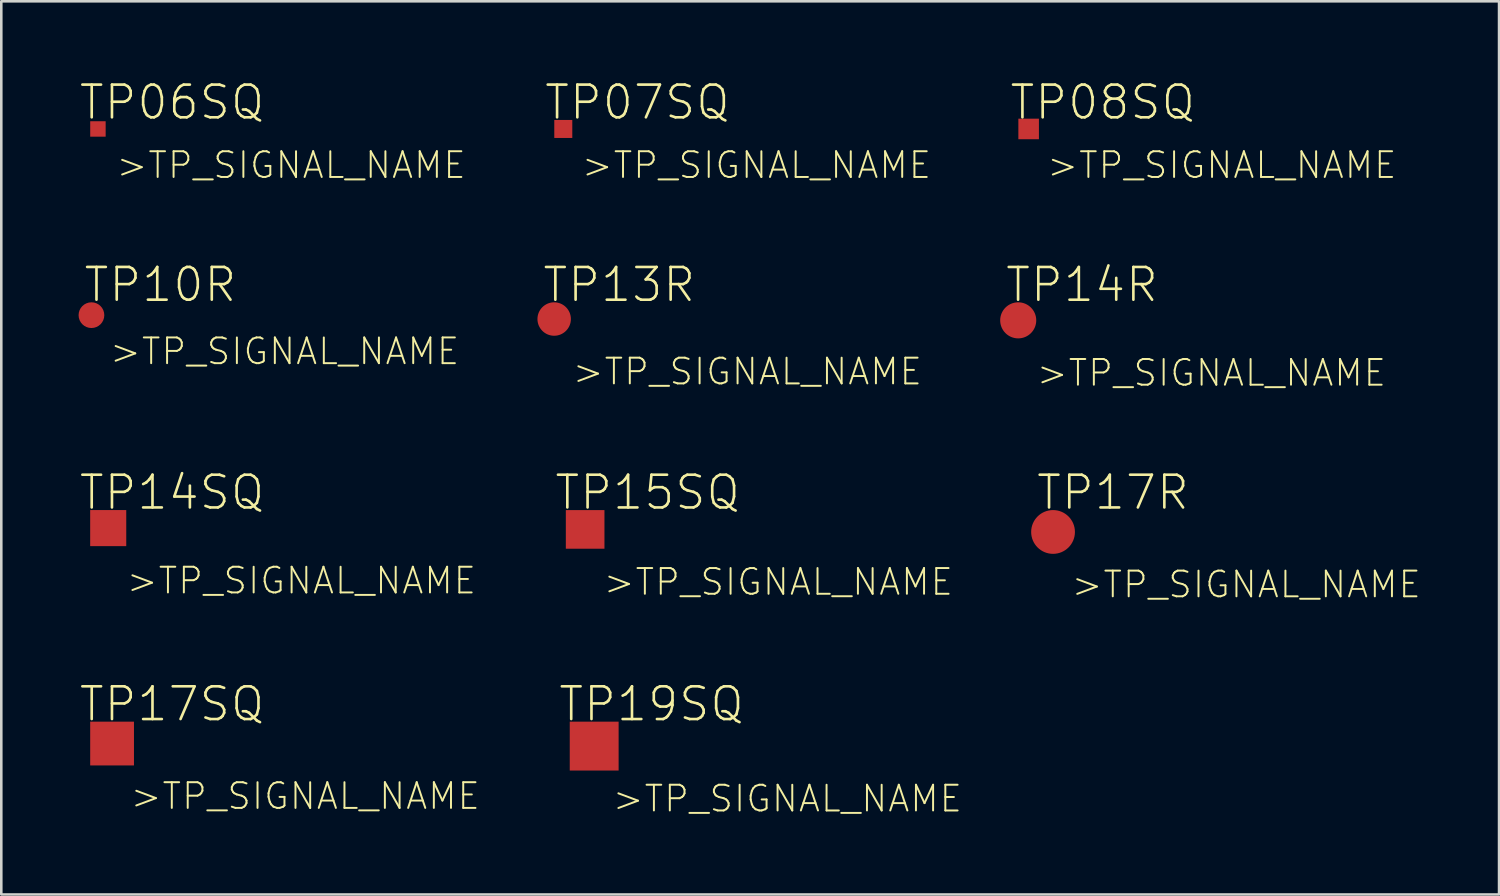
<source format=kicad_pcb>
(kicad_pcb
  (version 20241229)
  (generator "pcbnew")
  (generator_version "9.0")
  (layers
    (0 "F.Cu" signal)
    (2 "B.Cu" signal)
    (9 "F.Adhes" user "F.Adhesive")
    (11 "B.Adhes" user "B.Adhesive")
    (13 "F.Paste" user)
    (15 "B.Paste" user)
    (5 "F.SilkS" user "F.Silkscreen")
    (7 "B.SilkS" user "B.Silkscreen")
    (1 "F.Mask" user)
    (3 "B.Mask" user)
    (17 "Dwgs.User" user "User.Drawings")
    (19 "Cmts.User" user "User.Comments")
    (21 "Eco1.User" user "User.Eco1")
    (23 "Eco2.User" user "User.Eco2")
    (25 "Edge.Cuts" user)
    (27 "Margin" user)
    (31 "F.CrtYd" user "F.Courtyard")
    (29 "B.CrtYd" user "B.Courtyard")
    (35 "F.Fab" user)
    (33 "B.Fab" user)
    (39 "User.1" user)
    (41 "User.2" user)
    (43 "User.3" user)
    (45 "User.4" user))
  (footprint "TP06SQ"
    (layer "F.Cu")
    (at 0.751 1.955)
    (property "Reference" "TP06SQ" (at 2.873 -1.034 0) (layer "F.SilkS") (effects (font (size 1.27 1.27) (thickness 0.102))))
    (attr smd)
    (fp_text user ">TP_SIGNAL_NAME" (at 7.498 1.405 0) (layer "F.SilkS") (effects (font (size 0.998 0.998) (thickness 0.076))))
    (pad "TP" smd rect (at 0 0) (size 0.599 0.599) (layers "F.Cu" "F.Mask" "F.Paste")))
  (footprint "TP14SQ"
    (layer "F.Cu")
    (at 1.15 17.446)
    (property "Reference" "TP14SQ" (at 2.474 -1.384 0) (layer "F.SilkS") (effects (font (size 1.27 1.27) (thickness 0.102))))
    (attr smd)
    (fp_text user ">TP_SIGNAL_NAME" (at 7.498 2.04 0) (layer "F.SilkS") (effects (font (size 0.998 0.998) (thickness 0.076))))
    (pad "TP" smd rect (at 0 0) (size 1.4 1.4) (layers "F.Cu" "F.Mask" "F.Paste")))
  (footprint "TP19SQ"
    (layer "F.Cu")
    (at 20.011 25.907)
    (property "Reference" "TP19SQ" (at 2.223 -1.633 0) (layer "F.SilkS") (effects (font (size 1.27 1.27) (thickness 0.102))))
    (attr smd)
    (fp_text user ">TP_SIGNAL_NAME" (at 7.498 2.04 0) (layer "F.SilkS") (effects (font (size 0.998 0.998) (thickness 0.076))))
    (pad "TP" smd rect (at 0 0) (size 1.897 1.897) (layers "F.Cu" "F.Mask" "F.Paste")))
  (footprint "TP14R"
    (layer "F.Cu")
    (at 36.468 9.383)
    (property "Reference" "TP14R" (at 2.474 -1.384 0) (layer "F.SilkS") (effects (font (size 1.27 1.27) (thickness 0.102))))
    (attr smd)
    (fp_text user ">TP_SIGNAL_NAME" (at 7.498 2.04 0) (layer "F.SilkS") (effects (font (size 0.998 0.998) (thickness 0.076))))
    (pad "TP" smd circle (at 0 0) (size 1.4 1.4) (layers "F.Cu" "F.Mask" "F.Paste")))
  (footprint "TP17R"
    (layer "F.Cu")
    (at 37.82 17.596)
    (property "Reference" "TP17R" (at 2.324 -1.534 0) (layer "F.SilkS") (effects (font (size 1.27 1.27) (thickness 0.102))))
    (attr smd)
    (fp_text user ">TP_SIGNAL_NAME" (at 7.498 2.04 0) (layer "F.SilkS") (effects (font (size 0.998 0.998) (thickness 0.076))))
    (pad "TP" smd circle (at 0 0) (size 1.699 1.699) (layers "F.Cu" "F.Mask" "F.Paste")))
  (footprint "TP10R"
    (layer "F.Cu")
    (at 0.499 9.182)
    (property "Reference" "TP10R" (at 2.675 -1.184 0) (layer "F.SilkS") (effects (font (size 1.27 1.27) (thickness 0.102))))
    (attr smd)
    (fp_text user ">TP_SIGNAL_NAME" (at 7.498 1.405 0) (layer "F.SilkS") (effects (font (size 0.998 0.998) (thickness 0.076))))
    (pad "TP" smd circle (at 0 0) (size 0.998 0.998) (layers "F.Cu" "F.Mask" "F.Paste")))
  (footprint "TP15SQ"
    (layer "F.Cu")
    (at 19.66 17.497)
    (property "Reference" "TP15SQ" (at 2.423 -1.435 0) (layer "F.SilkS") (effects (font (size 1.27 1.27) (thickness 0.102))))
    (attr smd)
    (fp_text user ">TP_SIGNAL_NAME" (at 7.498 2.04 0) (layer "F.SilkS") (effects (font (size 0.998 0.998) (thickness 0.076))))
    (pad "TP" smd rect (at 0 0) (size 1.499 1.499) (layers "F.Cu" "F.Mask" "F.Paste")))
  (footprint "TP13R"
    (layer "F.Cu")
    (at 18.458 9.332)
    (property "Reference" "TP13R" (at 2.525 -1.333 0) (layer "F.SilkS") (effects (font (size 1.27 1.27) (thickness 0.102))))
    (attr smd)
    (fp_text user ">TP_SIGNAL_NAME" (at 7.498 2.04 0) (layer "F.SilkS") (effects (font (size 0.998 0.998) (thickness 0.076))))
    (pad "TP" smd circle (at 0 0) (size 1.298 1.298) (layers "F.Cu" "F.Mask" "F.Paste")))
  (footprint "TP17SQ"
    (layer "F.Cu")
    (at 1.3 25.808)
    (property "Reference" "TP17SQ" (at 2.324 -1.534 0) (layer "F.SilkS") (effects (font (size 1.27 1.27) (thickness 0.102))))
    (attr smd)
    (fp_text user ">TP_SIGNAL_NAME" (at 7.498 2.04 0) (layer "F.SilkS") (effects (font (size 0.998 0.998) (thickness 0.076))))
    (pad "TP" smd rect (at 0 0) (size 1.699 1.699) (layers "F.Cu" "F.Mask" "F.Paste")))
  (footprint "TP07SQ"
    (layer "F.Cu")
    (at 18.812 1.955)
    (property "Reference" "TP07SQ" (at 2.873 -1.034 0) (layer "F.SilkS") (effects (font (size 1.27 1.27) (thickness 0.102))))
    (attr smd)
    (fp_text user ">TP_SIGNAL_NAME" (at 7.498 1.405 0) (layer "F.SilkS") (effects (font (size 0.998 0.998) (thickness 0.076))))
    (pad "TP" smd rect (at 0 0) (size 0.699 0.699) (layers "F.Cu" "F.Mask" "F.Paste")))
  (footprint "TP08SQ"
    (layer "F.Cu")
    (at 36.873 1.955)
    (property "Reference" "TP08SQ" (at 2.873 -1.034 0) (layer "F.SilkS") (effects (font (size 1.27 1.27) (thickness 0.102))))
    (attr smd)
    (fp_text user ">TP_SIGNAL_NAME" (at 7.498 1.405 0) (layer "F.SilkS") (effects (font (size 0.998 0.998) (thickness 0.076))))
    (pad "TP" smd rect (at 0 0) (size 0.798 0.798) (layers "F.Cu" "F.Mask" "F.Paste")))
  (gr_rect
    (start -3 -3)
    (end 55.13 31.665)
    (stroke (width 0.1) (type default))
    (fill no)
    (layer "Edge.Cuts")))
</source>
